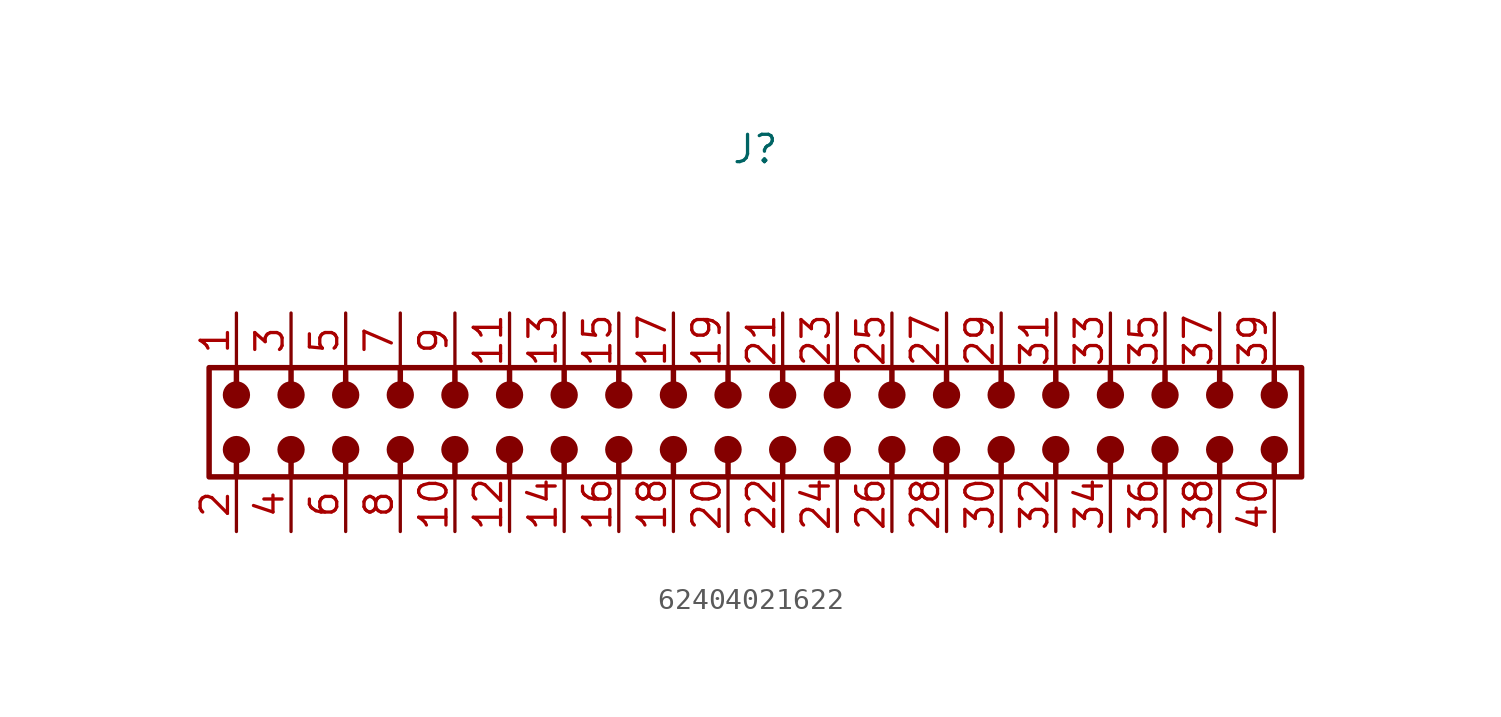
<source format=kicad_sym>
(kicad_symbol_lib
  (version 20241209)
  (generator "kicad_symbol_editor")
  (generator_version "9.0")
  (symbol "62404021622"
    (pin_names
      (hide yes))
    (property "Reference" "J"
      (at 0 12.7 0)
      (effects (font (size 1.27 1.27))))
    (symbol "62404021622_1_1"
      (rectangle (start -25.4 2.54) (end 25.4 -2.54) (stroke (width 0.254) (type solid)) (fill (type none)))
      (polyline (pts (xy -24.13 1.778) (xy -24.13 2.54)) (stroke (width 0.254) (type solid)) (fill (type none)))
      (circle (center -24.13 1.27) (radius 0.508) (stroke (width 0.254) (type solid)) (fill (type outline)))
      (circle (center -24.13 -1.27) (radius 0.508) (stroke (width 0.254) (type solid)) (fill (type outline)))
      (polyline (pts (xy -24.13 -1.778) (xy -24.13 -2.54)) (stroke (width 0.254) (type solid)) (fill (type none)))
      (polyline (pts (xy -21.59 1.778) (xy -21.59 2.54)) (stroke (width 0.254) (type solid)) (fill (type none)))
      (circle (center -21.59 1.27) (radius 0.508) (stroke (width 0.254) (type solid)) (fill (type outline)))
      (circle (center -21.59 -1.27) (radius 0.508) (stroke (width 0.254) (type solid)) (fill (type outline)))
      (polyline (pts (xy -21.59 -1.778) (xy -21.59 -2.54)) (stroke (width 0.254) (type solid)) (fill (type none)))
      (polyline (pts (xy -19.05 1.778) (xy -19.05 2.54)) (stroke (width 0.254) (type solid)) (fill (type none)))
      (circle (center -19.05 1.27) (radius 0.508) (stroke (width 0.254) (type solid)) (fill (type outline)))
      (circle (center -19.05 -1.27) (radius 0.508) (stroke (width 0.254) (type solid)) (fill (type outline)))
      (polyline (pts (xy -19.05 -1.778) (xy -19.05 -2.54)) (stroke (width 0.254) (type solid)) (fill (type none)))
      (polyline (pts (xy -16.51 1.778) (xy -16.51 2.54)) (stroke (width 0.254) (type solid)) (fill (type none)))
      (circle (center -16.51 1.27) (radius 0.508) (stroke (width 0.254) (type solid)) (fill (type outline)))
      (circle (center -16.51 -1.27) (radius 0.508) (stroke (width 0.254) (type solid)) (fill (type outline)))
      (polyline (pts (xy -16.51 -1.778) (xy -16.51 -2.54)) (stroke (width 0.254) (type solid)) (fill (type none)))
      (polyline (pts (xy -13.97 1.778) (xy -13.97 2.54)) (stroke (width 0.254) (type solid)) (fill (type none)))
      (circle (center -13.97 1.27) (radius 0.508) (stroke (width 0.254) (type solid)) (fill (type outline)))
      (circle (center -13.97 -1.27) (radius 0.508) (stroke (width 0.254) (type solid)) (fill (type outline)))
      (polyline (pts (xy -13.97 -1.778) (xy -13.97 -2.54)) (stroke (width 0.254) (type solid)) (fill (type none)))
      (polyline (pts (xy -11.43 1.778) (xy -11.43 2.54)) (stroke (width 0.254) (type solid)) (fill (type none)))
      (circle (center -11.43 1.27) (radius 0.508) (stroke (width 0.254) (type solid)) (fill (type outline)))
      (circle (center -11.43 -1.27) (radius 0.508) (stroke (width 0.254) (type solid)) (fill (type outline)))
      (polyline (pts (xy -11.43 -1.778) (xy -11.43 -2.54)) (stroke (width 0.254) (type solid)) (fill (type none)))
      (polyline (pts (xy -8.89 1.778) (xy -8.89 2.54)) (stroke (width 0.254) (type solid)) (fill (type none)))
      (circle (center -8.89 1.27) (radius 0.508) (stroke (width 0.254) (type solid)) (fill (type outline)))
      (circle (center -8.89 -1.27) (radius 0.508) (stroke (width 0.254) (type solid)) (fill (type outline)))
      (polyline (pts (xy -8.89 -1.778) (xy -8.89 -2.54)) (stroke (width 0.254) (type solid)) (fill (type none)))
      (polyline (pts (xy -6.35 1.778) (xy -6.35 2.54)) (stroke (width 0.254) (type solid)) (fill (type none)))
      (circle (center -6.35 1.27) (radius 0.508) (stroke (width 0.254) (type solid)) (fill (type outline)))
      (circle (center -6.35 -1.27) (radius 0.508) (stroke (width 0.254) (type solid)) (fill (type outline)))
      (polyline (pts (xy -6.35 -1.778) (xy -6.35 -2.54)) (stroke (width 0.254) (type solid)) (fill (type none)))
      (polyline (pts (xy -3.81 1.778) (xy -3.81 2.54)) (stroke (width 0.254) (type solid)) (fill (type none)))
      (circle (center -3.81 1.27) (radius 0.508) (stroke (width 0.254) (type solid)) (fill (type outline)))
      (circle (center -3.81 -1.27) (radius 0.508) (stroke (width 0.254) (type solid)) (fill (type outline)))
      (polyline (pts (xy -3.81 -1.778) (xy -3.81 -2.54)) (stroke (width 0.254) (type solid)) (fill (type none)))
      (polyline (pts (xy -1.27 1.778) (xy -1.27 2.54)) (stroke (width 0.254) (type solid)) (fill (type none)))
      (circle (center -1.27 1.27) (radius 0.508) (stroke (width 0.254) (type solid)) (fill (type outline)))
      (circle (center -1.27 -1.27) (radius 0.508) (stroke (width 0.254) (type solid)) (fill (type outline)))
      (polyline (pts (xy -1.27 -1.778) (xy -1.27 -2.54)) (stroke (width 0.254) (type solid)) (fill (type none)))
      (polyline (pts (xy 1.27 1.778) (xy 1.27 2.54)) (stroke (width 0.254) (type solid)) (fill (type none)))
      (circle (center 1.27 1.27) (radius 0.508) (stroke (width 0.254) (type solid)) (fill (type outline)))
      (circle (center 1.27 -1.27) (radius 0.508) (stroke (width 0.254) (type solid)) (fill (type outline)))
      (polyline (pts (xy 1.27 -1.778) (xy 1.27 -2.54)) (stroke (width 0.254) (type solid)) (fill (type none)))
      (polyline (pts (xy 3.81 1.778) (xy 3.81 2.54)) (stroke (width 0.254) (type solid)) (fill (type none)))
      (circle (center 3.81 1.27) (radius 0.508) (stroke (width 0.254) (type solid)) (fill (type outline)))
      (circle (center 3.81 -1.27) (radius 0.508) (stroke (width 0.254) (type solid)) (fill (type outline)))
      (polyline (pts (xy 3.81 -1.778) (xy 3.81 -2.54)) (stroke (width 0.254) (type solid)) (fill (type none)))
      (polyline (pts (xy 6.35 1.778) (xy 6.35 2.54)) (stroke (width 0.254) (type solid)) (fill (type none)))
      (circle (center 6.35 1.27) (radius 0.508) (stroke (width 0.254) (type solid)) (fill (type outline)))
      (circle (center 6.35 -1.27) (radius 0.508) (stroke (width 0.254) (type solid)) (fill (type outline)))
      (polyline (pts (xy 6.35 -1.778) (xy 6.35 -2.54)) (stroke (width 0.254) (type solid)) (fill (type none)))
      (polyline (pts (xy 8.89 1.778) (xy 8.89 2.54)) (stroke (width 0.254) (type solid)) (fill (type none)))
      (circle (center 8.89 1.27) (radius 0.508) (stroke (width 0.254) (type solid)) (fill (type outline)))
      (circle (center 8.89 -1.27) (radius 0.508) (stroke (width 0.254) (type solid)) (fill (type outline)))
      (polyline (pts (xy 8.89 -1.778) (xy 8.89 -2.54)) (stroke (width 0.254) (type solid)) (fill (type none)))
      (polyline (pts (xy 11.43 1.778) (xy 11.43 2.54)) (stroke (width 0.254) (type solid)) (fill (type none)))
      (circle (center 11.43 1.27) (radius 0.508) (stroke (width 0.254) (type solid)) (fill (type outline)))
      (circle (center 11.43 -1.27) (radius 0.508) (stroke (width 0.254) (type solid)) (fill (type outline)))
      (polyline (pts (xy 11.43 -1.778) (xy 11.43 -2.54)) (stroke (width 0.254) (type solid)) (fill (type none)))
      (polyline (pts (xy 13.97 1.778) (xy 13.97 2.54)) (stroke (width 0.254) (type solid)) (fill (type none)))
      (circle (center 13.97 1.27) (radius 0.508) (stroke (width 0.254) (type solid)) (fill (type outline)))
      (circle (center 13.97 -1.27) (radius 0.508) (stroke (width 0.254) (type solid)) (fill (type outline)))
      (polyline (pts (xy 13.97 -1.778) (xy 13.97 -2.54)) (stroke (width 0.254) (type solid)) (fill (type none)))
      (polyline (pts (xy 16.51 1.778) (xy 16.51 2.54)) (stroke (width 0.254) (type solid)) (fill (type none)))
      (circle (center 16.51 1.27) (radius 0.508) (stroke (width 0.254) (type solid)) (fill (type outline)))
      (circle (center 16.51 -1.27) (radius 0.508) (stroke (width 0.254) (type solid)) (fill (type outline)))
      (polyline (pts (xy 16.51 -1.778) (xy 16.51 -2.54)) (stroke (width 0.254) (type solid)) (fill (type none)))
      (polyline (pts (xy 19.05 1.778) (xy 19.05 2.54)) (stroke (width 0.254) (type solid)) (fill (type none)))
      (circle (center 19.05 1.27) (radius 0.508) (stroke (width 0.254) (type solid)) (fill (type outline)))
      (circle (center 19.05 -1.27) (radius 0.508) (stroke (width 0.254) (type solid)) (fill (type outline)))
      (polyline (pts (xy 19.05 -1.778) (xy 19.05 -2.54)) (stroke (width 0.254) (type solid)) (fill (type none)))
      (polyline (pts (xy 21.59 1.778) (xy 21.59 2.54)) (stroke (width 0.254) (type solid)) (fill (type none)))
      (circle (center 21.59 1.27) (radius 0.508) (stroke (width 0.254) (type solid)) (fill (type outline)))
      (circle (center 21.59 -1.27) (radius 0.508) (stroke (width 0.254) (type solid)) (fill (type outline)))
      (polyline (pts (xy 21.59 -1.778) (xy 21.59 -2.54)) (stroke (width 0.254) (type solid)) (fill (type none)))
      (polyline (pts (xy 24.13 1.778) (xy 24.13 2.54)) (stroke (width 0.254) (type solid)) (fill (type none)))
      (circle (center 24.13 1.27) (radius 0.508) (stroke (width 0.254) (type solid)) (fill (type outline)))
      (circle (center 24.13 -1.27) (radius 0.508) (stroke (width 0.254) (type solid)) (fill (type outline)))
      (polyline (pts (xy 24.13 -1.778) (xy 24.13 -2.54)) (stroke (width 0.254) (type solid)) (fill (type none)))
      (pin passive line (at -24.13 5.08 270) (length 2.54) (name "1" (effects (font (size 1.27 1.27)))) (number "1" (effects (font (size 1.27 1.27)))))
      (pin passive line (at -24.13 -5.08 90) (length 2.54) (name "2" (effects (font (size 1.27 1.27)))) (number "2" (effects (font (size 1.27 1.27)))))
      (pin passive line (at -21.59 5.08 270) (length 2.54) (name "3" (effects (font (size 1.27 1.27)))) (number "3" (effects (font (size 1.27 1.27)))))
      (pin passive line (at -21.59 -5.08 90) (length 2.54) (name "4" (effects (font (size 1.27 1.27)))) (number "4" (effects (font (size 1.27 1.27)))))
      (pin passive line (at -19.05 5.08 270) (length 2.54) (name "5" (effects (font (size 1.27 1.27)))) (number "5" (effects (font (size 1.27 1.27)))))
      (pin passive line (at -19.05 -5.08 90) (length 2.54) (name "6" (effects (font (size 1.27 1.27)))) (number "6" (effects (font (size 1.27 1.27)))))
      (pin passive line (at -16.51 5.08 270) (length 2.54) (name "7" (effects (font (size 1.27 1.27)))) (number "7" (effects (font (size 1.27 1.27)))))
      (pin passive line (at -16.51 -5.08 90) (length 2.54) (name "8" (effects (font (size 1.27 1.27)))) (number "8" (effects (font (size 1.27 1.27)))))
      (pin passive line (at -13.97 5.08 270) (length 2.54) (name "9" (effects (font (size 1.27 1.27)))) (number "9" (effects (font (size 1.27 1.27)))))
      (pin passive line (at -13.97 -5.08 90) (length 2.54) (name "10" (effects (font (size 1.27 1.27)))) (number "10" (effects (font (size 1.27 1.27)))))
      (pin passive line (at -11.43 5.08 270) (length 2.54) (name "11" (effects (font (size 1.27 1.27)))) (number "11" (effects (font (size 1.27 1.27)))))
      (pin passive line (at -11.43 -5.08 90) (length 2.54) (name "12" (effects (font (size 1.27 1.27)))) (number "12" (effects (font (size 1.27 1.27)))))
      (pin passive line (at -8.89 5.08 270) (length 2.54) (name "13" (effects (font (size 1.27 1.27)))) (number "13" (effects (font (size 1.27 1.27)))))
      (pin passive line (at -8.89 -5.08 90) (length 2.54) (name "14" (effects (font (size 1.27 1.27)))) (number "14" (effects (font (size 1.27 1.27)))))
      (pin passive line (at -6.35 5.08 270) (length 2.54) (name "15" (effects (font (size 1.27 1.27)))) (number "15" (effects (font (size 1.27 1.27)))))
      (pin passive line (at -6.35 -5.08 90) (length 2.54) (name "16" (effects (font (size 1.27 1.27)))) (number "16" (effects (font (size 1.27 1.27)))))
      (pin passive line (at -3.81 5.08 270) (length 2.54) (name "17" (effects (font (size 1.27 1.27)))) (number "17" (effects (font (size 1.27 1.27)))))
      (pin passive line (at -3.81 -5.08 90) (length 2.54) (name "18" (effects (font (size 1.27 1.27)))) (number "18" (effects (font (size 1.27 1.27)))))
      (pin passive line (at -1.27 5.08 270) (length 2.54) (name "19" (effects (font (size 1.27 1.27)))) (number "19" (effects (font (size 1.27 1.27)))))
      (pin passive line (at -1.27 -5.08 90) (length 2.54) (name "20" (effects (font (size 1.27 1.27)))) (number "20" (effects (font (size 1.27 1.27)))))
      (pin passive line (at 1.27 5.08 270) (length 2.54) (name "21" (effects (font (size 1.27 1.27)))) (number "21" (effects (font (size 1.27 1.27)))))
      (pin passive line (at 1.27 -5.08 90) (length 2.54) (name "22" (effects (font (size 1.27 1.27)))) (number "22" (effects (font (size 1.27 1.27)))))
      (pin passive line (at 3.81 5.08 270) (length 2.54) (name "23" (effects (font (size 1.27 1.27)))) (number "23" (effects (font (size 1.27 1.27)))))
      (pin passive line (at 3.81 -5.08 90) (length 2.54) (name "24" (effects (font (size 1.27 1.27)))) (number "24" (effects (font (size 1.27 1.27)))))
      (pin passive line (at 6.35 5.08 270) (length 2.54) (name "25" (effects (font (size 1.27 1.27)))) (number "25" (effects (font (size 1.27 1.27)))))
      (pin passive line (at 6.35 -5.08 90) (length 2.54) (name "26" (effects (font (size 1.27 1.27)))) (number "26" (effects (font (size 1.27 1.27)))))
      (pin passive line (at 8.89 5.08 270) (length 2.54) (name "27" (effects (font (size 1.27 1.27)))) (number "27" (effects (font (size 1.27 1.27)))))
      (pin passive line (at 8.89 -5.08 90) (length 2.54) (name "28" (effects (font (size 1.27 1.27)))) (number "28" (effects (font (size 1.27 1.27)))))
      (pin passive line (at 11.43 5.08 270) (length 2.54) (name "29" (effects (font (size 1.27 1.27)))) (number "29" (effects (font (size 1.27 1.27)))))
      (pin passive line (at 11.43 -5.08 90) (length 2.54) (name "30" (effects (font (size 1.27 1.27)))) (number "30" (effects (font (size 1.27 1.27)))))
      (pin passive line (at 13.97 5.08 270) (length 2.54) (name "31" (effects (font (size 1.27 1.27)))) (number "31" (effects (font (size 1.27 1.27)))))
      (pin passive line (at 13.97 -5.08 90) (length 2.54) (name "32" (effects (font (size 1.27 1.27)))) (number "32" (effects (font (size 1.27 1.27)))))
      (pin passive line (at 16.51 5.08 270) (length 2.54) (name "33" (effects (font (size 1.27 1.27)))) (number "33" (effects (font (size 1.27 1.27)))))
      (pin passive line (at 16.51 -5.08 90) (length 2.54) (name "34" (effects (font (size 1.27 1.27)))) (number "34" (effects (font (size 1.27 1.27)))))
      (pin passive line (at 19.05 5.08 270) (length 2.54) (name "35" (effects (font (size 1.27 1.27)))) (number "35" (effects (font (size 1.27 1.27)))))
      (pin passive line (at 19.05 -5.08 90) (length 2.54) (name "36" (effects (font (size 1.27 1.27)))) (number "36" (effects (font (size 1.27 1.27)))))
      (pin passive line (at 21.59 5.08 270) (length 2.54) (name "37" (effects (font (size 1.27 1.27)))) (number "37" (effects (font (size 1.27 1.27)))))
      (pin passive line (at 21.59 -5.08 90) (length 2.54) (name "38" (effects (font (size 1.27 1.27)))) (number "38" (effects (font (size 1.27 1.27)))))
      (pin passive line (at 24.13 5.08 270) (length 2.54) (name "39" (effects (font (size 1.27 1.27)))) (number "39" (effects (font (size 1.27 1.27)))))
      (pin passive line (at 24.13 -5.08 90) (length 2.54) (name "40" (effects (font (size 1.27 1.27)))) (number "40" (effects (font (size 1.27 1.27))))))))
</source>
